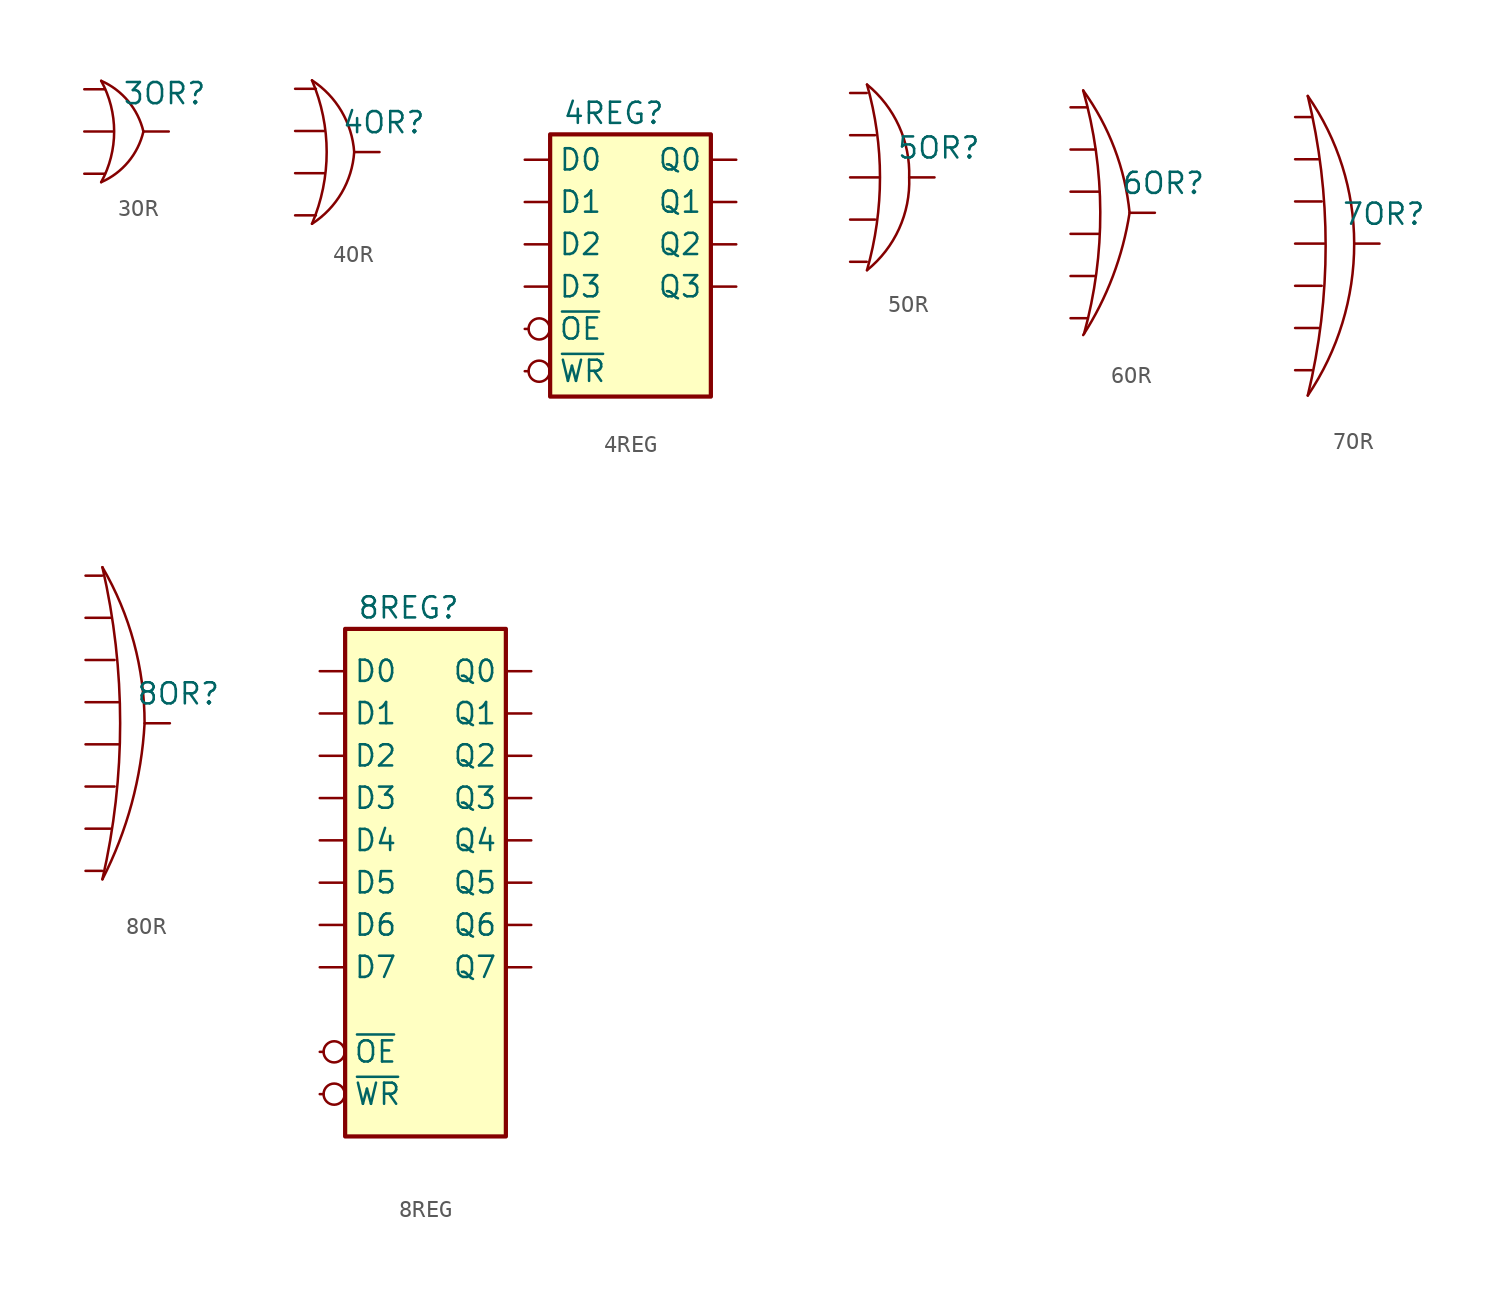
<source format=kicad_sym>
(kicad_symbol_lib
  (version 20220914)
  (generator kicad_symbol_editor)
  (symbol "3OR"
    (pin_numbers hide)
    (pin_names hide)
    (property "Reference" "3OR"
      (at 2.286 2.286 0)
      (effects (font (size 1.27 1.27))))
    (symbol "3OR_0_1"
      (arc (start -1.524 -3.048) (mid -0.7444 0) (end -1.524 3.048) (stroke (width 0) (type default)) (fill (type none)))
      (arc (start -1.524 -3.048) (mid 0.1069 -1.8248) (end 1.016 0) (stroke (width 0) (type default)) (fill (type none)))
      (arc (start 1.016 0) (mid 0.1037 1.8221) (end -1.524 3.048) (stroke (width 0) (type default)) (fill (type none))))
    (symbol "3OR_1_1"
      (pin input line (at -2.54 2.54 0) (length 1.25) (name "IN0" (effects (font (size 1.27 1.27)))) (number "1" (effects (font (size 1.27 1.27)))))
      (pin input line (at -2.54 0 0) (length 1.75) (name "IN1" (effects (font (size 1.27 1.27)))) (number "2" (effects (font (size 1.27 1.27)))))
      (pin input line (at -2.54 -2.54 0) (length 1.25) (name "IN2" (effects (font (size 1.27 1.27)))) (number "3" (effects (font (size 1.27 1.27)))))
      (pin output line (at 2.54 0 180) (length 1.5) (name "OUT" (effects (font (size 1.27 1.27)))) (number "4" (effects (font (size 1.27 1.27)))))))
  (symbol "4OR"
    (pin_numbers hide)
    (pin_names hide)
    (property "Reference" "4OR"
      (at 2.794 1.778 0)
      (effects (font (size 1.27 1.27))))
    (symbol "4OR_0_1"
      (arc (start -1.524 -4.318) (mid -0.6399 0) (end -1.524 4.318) (stroke (width 0) (type default)) (fill (type none)))
      (arc (start -1.524 -4.318) (mid 0.257 -2.4596) (end 1.016 0) (stroke (width 0) (type default)) (fill (type none)))
      (arc (start 1.016 0) (mid 0.2519 2.4566) (end -1.524 4.318) (stroke (width 0) (type default)) (fill (type none))))
    (symbol "4OR_1_1"
      (pin input line (at -2.54 3.81 0) (length 1.25) (name "IN0" (effects (font (size 1.27 1.27)))) (number "1" (effects (font (size 1.27 1.27)))))
      (pin input line (at -2.54 1.27 0) (length 1.75) (name "IN1" (effects (font (size 1.27 1.27)))) (number "2" (effects (font (size 1.27 1.27)))))
      (pin input line (at -2.54 -1.27 0) (length 1.75) (name "IN2" (effects (font (size 1.27 1.27)))) (number "3" (effects (font (size 1.27 1.27)))))
      (pin input line (at -2.54 -3.81 0) (length 1.25) (name "IN3" (effects (font (size 1.27 1.27)))) (number "4" (effects (font (size 1.27 1.27)))))
      (pin output line (at 2.54 0 180) (length 1.5) (name "OUT" (effects (font (size 1.27 1.27)))) (number "5" (effects (font (size 1.27 1.27)))))))
  (symbol "4REG"
    (pin_numbers hide)
    (property "Reference" "4REG"
      (at -1.016 9.144 0)
      (effects (font (size 1.27 1.27))))
    (symbol "4REG_1_0"
      (pin input line (at -6.35 6.35 0) (length 1.5) (name "D0" (effects (font (size 1.27 1.27)))) (number "1" (effects (font (size 1.27 1.27)))))
      (pin tri_state line (at 6.35 3.81 180) (length 1.5) (name "Q1" (effects (font (size 1.27 1.27)))) (number "10" (effects (font (size 1.27 1.27)))))
      (pin tri_state line (at 6.35 1.27 180) (length 1.5) (name "Q2" (effects (font (size 1.27 1.27)))) (number "11" (effects (font (size 1.27 1.27)))))
      (pin tri_state line (at 6.35 -1.27 180) (length 1.5) (name "Q3" (effects (font (size 1.27 1.27)))) (number "12" (effects (font (size 1.27 1.27)))))
      (pin input inverted (at -6.35 -3.81 0) (length 1.5) (name "~{OE}" (effects (font (size 1.27 1.27)))) (number "18" (effects (font (size 1.27 1.27)))))
      (pin input line (at -6.35 3.81 0) (length 1.5) (name "D1" (effects (font (size 1.27 1.27)))) (number "2" (effects (font (size 1.27 1.27)))))
      (pin input line (at -6.35 1.27 0) (length 1.5) (name "D2" (effects (font (size 1.27 1.27)))) (number "3" (effects (font (size 1.27 1.27)))))
      (pin input line (at -6.35 -1.27 0) (length 1.5) (name "D3" (effects (font (size 1.27 1.27)))) (number "4" (effects (font (size 1.27 1.27)))))
      (pin tri_state line (at 6.35 6.35 180) (length 1.5) (name "Q0" (effects (font (size 1.27 1.27)))) (number "9" (effects (font (size 1.27 1.27))))))
    (symbol "4REG_1_1"
      (rectangle (start -4.826 7.874) (end 4.826 -7.874) (stroke (width 0.254) (type default)) (fill (type background)))
      (pin input inverted (at -6.35 -6.35 0) (length 1.5) (name "~{WR}" (effects (font (size 1.27 1.27)))) (number "17" (effects (font (size 1.27 1.27)))))))
  (symbol "5OR"
    (pin_numbers hide)
    (pin_names hide)
    (property "Reference" "5OR"
      (at 2.794 1.778 0)
      (effects (font (size 1.27 1.27))))
    (symbol "5OR_0_1"
      (arc (start -1.524 -5.588) (mid -0.7418 0) (end -1.524 5.588) (stroke (width 0) (type default)) (fill (type none)))
      (arc (start -1.524 -5.588) (mid 0.407 -3.0945) (end 1.016 0) (stroke (width 0) (type default)) (fill (type none)))
      (arc (start 1.016 0) (mid 0.4 3.0913) (end -1.524 5.588) (stroke (width 0) (type default)) (fill (type none))))
    (symbol "5OR_1_1"
      (pin input line (at -2.54 5.08 0) (length 1) (name "IN0" (effects (font (size 1.27 1.27)))) (number "1" (effects (font (size 1.27 1.27)))))
      (pin input line (at -2.54 2.54 0) (length 1.5) (name "IN1" (effects (font (size 1.27 1.27)))) (number "2" (effects (font (size 1.27 1.27)))))
      (pin input line (at -2.54 0 0) (length 1.75) (name "IN2" (effects (font (size 1.27 1.27)))) (number "3" (effects (font (size 1.27 1.27)))))
      (pin input line (at -2.54 -2.54 0) (length 1.5) (name "IN3" (effects (font (size 1.27 1.27)))) (number "4" (effects (font (size 1.27 1.27)))))
      (pin input line (at -2.54 -5.08 0) (length 1) (name "IN4" (effects (font (size 1.27 1.27)))) (number "5" (effects (font (size 1.27 1.27)))))
      (pin output line (at 2.54 0 180) (length 1.5) (name "OUT" (effects (font (size 1.27 1.27)))) (number "6" (effects (font (size 1.27 1.27)))))))
  (symbol "6OR"
    (pin_numbers hide)
    (pin_names hide)
    (property "Reference" "6OR"
      (at 3.048 1.778 0)
      (effects (font (size 1.27 1.27))))
    (symbol "6OR_0_1"
      (arc (start -1.778 -7.366) (mid 0.0062 -3.8299) (end 1.016 0) (stroke (width 0) (type default)) (fill (type none)))
      (arc (start -1.7248 -7.2823) (mid -0.7484 0.0455) (end -1.778 7.366) (stroke (width 0) (type default)) (fill (type none)))
      (arc (start 1.016 0) (mid 0.1082 3.8686) (end -1.778 7.366) (stroke (width 0) (type default)) (fill (type none))))
    (symbol "6OR_1_1"
      (pin input line (at -2.54 6.35 0) (length 1) (name "IN0" (effects (font (size 1.27 1.27)))) (number "1" (effects (font (size 1.27 1.27)))))
      (pin input line (at -2.54 3.81 0) (length 1.5) (name "IN1" (effects (font (size 1.27 1.27)))) (number "2" (effects (font (size 1.27 1.27)))))
      (pin input line (at -2.54 1.27 0) (length 1.75) (name "IN2" (effects (font (size 1.27 1.27)))) (number "3" (effects (font (size 1.27 1.27)))))
      (pin input line (at -2.54 -1.27 0) (length 1.75) (name "IN3" (effects (font (size 1.27 1.27)))) (number "4" (effects (font (size 1.27 1.27)))))
      (pin input line (at -2.54 -3.81 0) (length 1.5) (name "IN4" (effects (font (size 1.27 1.27)))) (number "5" (effects (font (size 1.27 1.27)))))
      (pin input line (at -2.54 -6.35 0) (length 1) (name "IN5" (effects (font (size 1.27 1.27)))) (number "6" (effects (font (size 1.27 1.27)))))
      (pin output line (at 2.54 0 180) (length 1.5) (name "OUT" (effects (font (size 1.27 1.27)))) (number "7" (effects (font (size 1.27 1.27)))))))
  (symbol "7OR"
    (pin_numbers hide)
    (pin_names hide)
    (property "Reference" "7OR"
      (at 2.794 1.778 0)
      (effects (font (size 1.27 1.27))))
    (symbol "7OR_0_1"
      (arc (start -1.778 -9.144) (mid -0.7028 -0.127) (end -1.778 8.89) (stroke (width 0) (type default)) (fill (type none)))
      (arc (start -1.778 -9.144) (mid 0.3045 -4.7815) (end 1.016 0) (stroke (width 0) (type default)) (fill (type none)))
      (arc (start 1.016 0) (mid 0.3007 4.6592) (end -1.778 8.89) (stroke (width 0) (type default)) (fill (type none))))
    (symbol "7OR_1_1"
      (pin input line (at -2.54 7.62 0) (length 1) (name "IN0" (effects (font (size 1.27 1.27)))) (number "1" (effects (font (size 1.27 1.27)))))
      (pin input line (at -2.54 5.08 0) (length 1.4) (name "IN1" (effects (font (size 1.27 1.27)))) (number "2" (effects (font (size 1.27 1.27)))))
      (pin input line (at -2.54 2.54 0) (length 1.6) (name "IN2" (effects (font (size 1.27 1.27)))) (number "3" (effects (font (size 1.27 1.27)))))
      (pin input line (at -2.54 0 0) (length 1.75) (name "IN3" (effects (font (size 1.27 1.27)))) (number "4" (effects (font (size 1.27 1.27)))))
      (pin input line (at -2.54 -2.54 0) (length 1.6) (name "IN4" (effects (font (size 1.27 1.27)))) (number "5" (effects (font (size 1.27 1.27)))))
      (pin input line (at -2.54 -5.08 0) (length 1.4) (name "IN5" (effects (font (size 1.27 1.27)))) (number "6" (effects (font (size 1.27 1.27)))))
      (pin input line (at -2.54 -7.62 0) (length 1) (name "IN6" (effects (font (size 1.27 1.27)))) (number "7" (effects (font (size 1.27 1.27)))))
      (pin output line (at 2.54 0 180) (length 1.5) (name "OUT" (effects (font (size 1.27 1.27)))) (number "8" (effects (font (size 1.27 1.27)))))))
  (symbol "8OR"
    (pin_numbers hide)
    (pin_names hide)
    (property "Reference" "8OR"
      (at 3.048 1.778 0)
      (effects (font (size 1.27 1.27))))
    (symbol "8OR_0_1"
      (arc (start -1.524 -9.398) (mid -0.4552 0) (end -1.524 9.398) (stroke (width 0) (type default)) (fill (type none)))
      (arc (start -1.524 -9.398) (mid 0.2401 -4.8325) (end 1.016 0) (stroke (width 0) (type default)) (fill (type none)))
      (arc (start 1.016 0) (mid 0.3705 4.8678) (end -1.524 9.398) (stroke (width 0) (type default)) (fill (type none))))
    (symbol "8OR_1_1"
      (pin input line (at -2.54 8.89 0) (length 1) (name "IN0" (effects (font (size 1.27 1.27)))) (number "1" (effects (font (size 1.27 1.27)))))
      (pin input line (at -2.54 6.35 0) (length 1.5) (name "IN1" (effects (font (size 1.27 1.27)))) (number "2" (effects (font (size 1.27 1.27)))))
      (pin input line (at -2.54 3.81 0) (length 1.75) (name "IN2" (effects (font (size 1.27 1.27)))) (number "3" (effects (font (size 1.27 1.27)))))
      (pin input line (at -2.54 1.27 0) (length 2) (name "IN3" (effects (font (size 1.27 1.27)))) (number "4" (effects (font (size 1.27 1.27)))))
      (pin input line (at -2.54 -1.27 0) (length 2) (name "IN4" (effects (font (size 1.27 1.27)))) (number "5" (effects (font (size 1.27 1.27)))))
      (pin input line (at -2.54 -3.81 0) (length 1.75) (name "IN5" (effects (font (size 1.27 1.27)))) (number "6" (effects (font (size 1.27 1.27)))))
      (pin input line (at -2.54 -6.35 0) (length 1.5) (name "IN6" (effects (font (size 1.27 1.27)))) (number "7" (effects (font (size 1.27 1.27)))))
      (pin input line (at -2.54 -8.89 0) (length 1) (name "IN7" (effects (font (size 1.27 1.27)))) (number "8" (effects (font (size 1.27 1.27)))))
      (pin output line (at 2.54 0 180) (length 1.5) (name "OUT" (effects (font (size 1.27 1.27)))) (number "9" (effects (font (size 1.27 1.27)))))))
  (symbol "8REG"
    (pin_numbers hide)
    (property "Reference" "8REG"
      (at -1.016 16.51 0)
      (effects (font (size 1.27 1.27))))
    (symbol "8REG_1_0"
      (pin input line (at -6.35 12.7 0) (length 1.5) (name "D0" (effects (font (size 1.27 1.27)))) (number "1" (effects (font (size 1.27 1.27)))))
      (pin tri_state line (at 6.35 10.16 180) (length 1.5) (name "Q1" (effects (font (size 1.27 1.27)))) (number "10" (effects (font (size 1.27 1.27)))))
      (pin tri_state line (at 6.35 7.62 180) (length 1.5) (name "Q2" (effects (font (size 1.27 1.27)))) (number "11" (effects (font (size 1.27 1.27)))))
      (pin tri_state line (at 6.35 5.08 180) (length 1.5) (name "Q3" (effects (font (size 1.27 1.27)))) (number "12" (effects (font (size 1.27 1.27)))))
      (pin tri_state line (at 6.35 2.54 180) (length 1.5) (name "Q4" (effects (font (size 1.27 1.27)))) (number "13" (effects (font (size 1.27 1.27)))))
      (pin tri_state line (at 6.35 0 180) (length 1.5) (name "Q5" (effects (font (size 1.27 1.27)))) (number "14" (effects (font (size 1.27 1.27)))))
      (pin tri_state line (at 6.35 -2.54 180) (length 1.5) (name "Q6" (effects (font (size 1.27 1.27)))) (number "15" (effects (font (size 1.27 1.27)))))
      (pin tri_state line (at 6.35 -5.08 180) (length 1.5) (name "Q7" (effects (font (size 1.27 1.27)))) (number "16" (effects (font (size 1.27 1.27)))))
      (pin input inverted (at -6.35 -10.16 0) (length 1.5) (name "~{OE}" (effects (font (size 1.27 1.27)))) (number "18" (effects (font (size 1.27 1.27)))))
      (pin input line (at -6.35 10.16 0) (length 1.5) (name "D1" (effects (font (size 1.27 1.27)))) (number "2" (effects (font (size 1.27 1.27)))))
      (pin input line (at -6.35 7.62 0) (length 1.5) (name "D2" (effects (font (size 1.27 1.27)))) (number "3" (effects (font (size 1.27 1.27)))))
      (pin input line (at -6.35 5.08 0) (length 1.5) (name "D3" (effects (font (size 1.27 1.27)))) (number "4" (effects (font (size 1.27 1.27)))))
      (pin input line (at -6.35 2.54 0) (length 1.5) (name "D4" (effects (font (size 1.27 1.27)))) (number "5" (effects (font (size 1.27 1.27)))))
      (pin input line (at -6.35 0 0) (length 1.5) (name "D5" (effects (font (size 1.27 1.27)))) (number "6" (effects (font (size 1.27 1.27)))))
      (pin input line (at -6.35 -2.54 0) (length 1.5) (name "D6" (effects (font (size 1.27 1.27)))) (number "7" (effects (font (size 1.27 1.27)))))
      (pin input line (at -6.35 -5.08 0) (length 1.5) (name "D7" (effects (font (size 1.27 1.27)))) (number "8" (effects (font (size 1.27 1.27)))))
      (pin tri_state line (at 6.35 12.7 180) (length 1.5) (name "Q0" (effects (font (size 1.27 1.27)))) (number "9" (effects (font (size 1.27 1.27))))))
    (symbol "8REG_1_1"
      (rectangle (start -4.826 15.24) (end 4.826 -15.24) (stroke (width 0.254) (type default)) (fill (type background)))
      (pin input inverted (at -6.35 -12.7 0) (length 1.5) (name "~{WR}" (effects (font (size 1.27 1.27)))) (number "17" (effects (font (size 1.27 1.27))))))))
</source>
